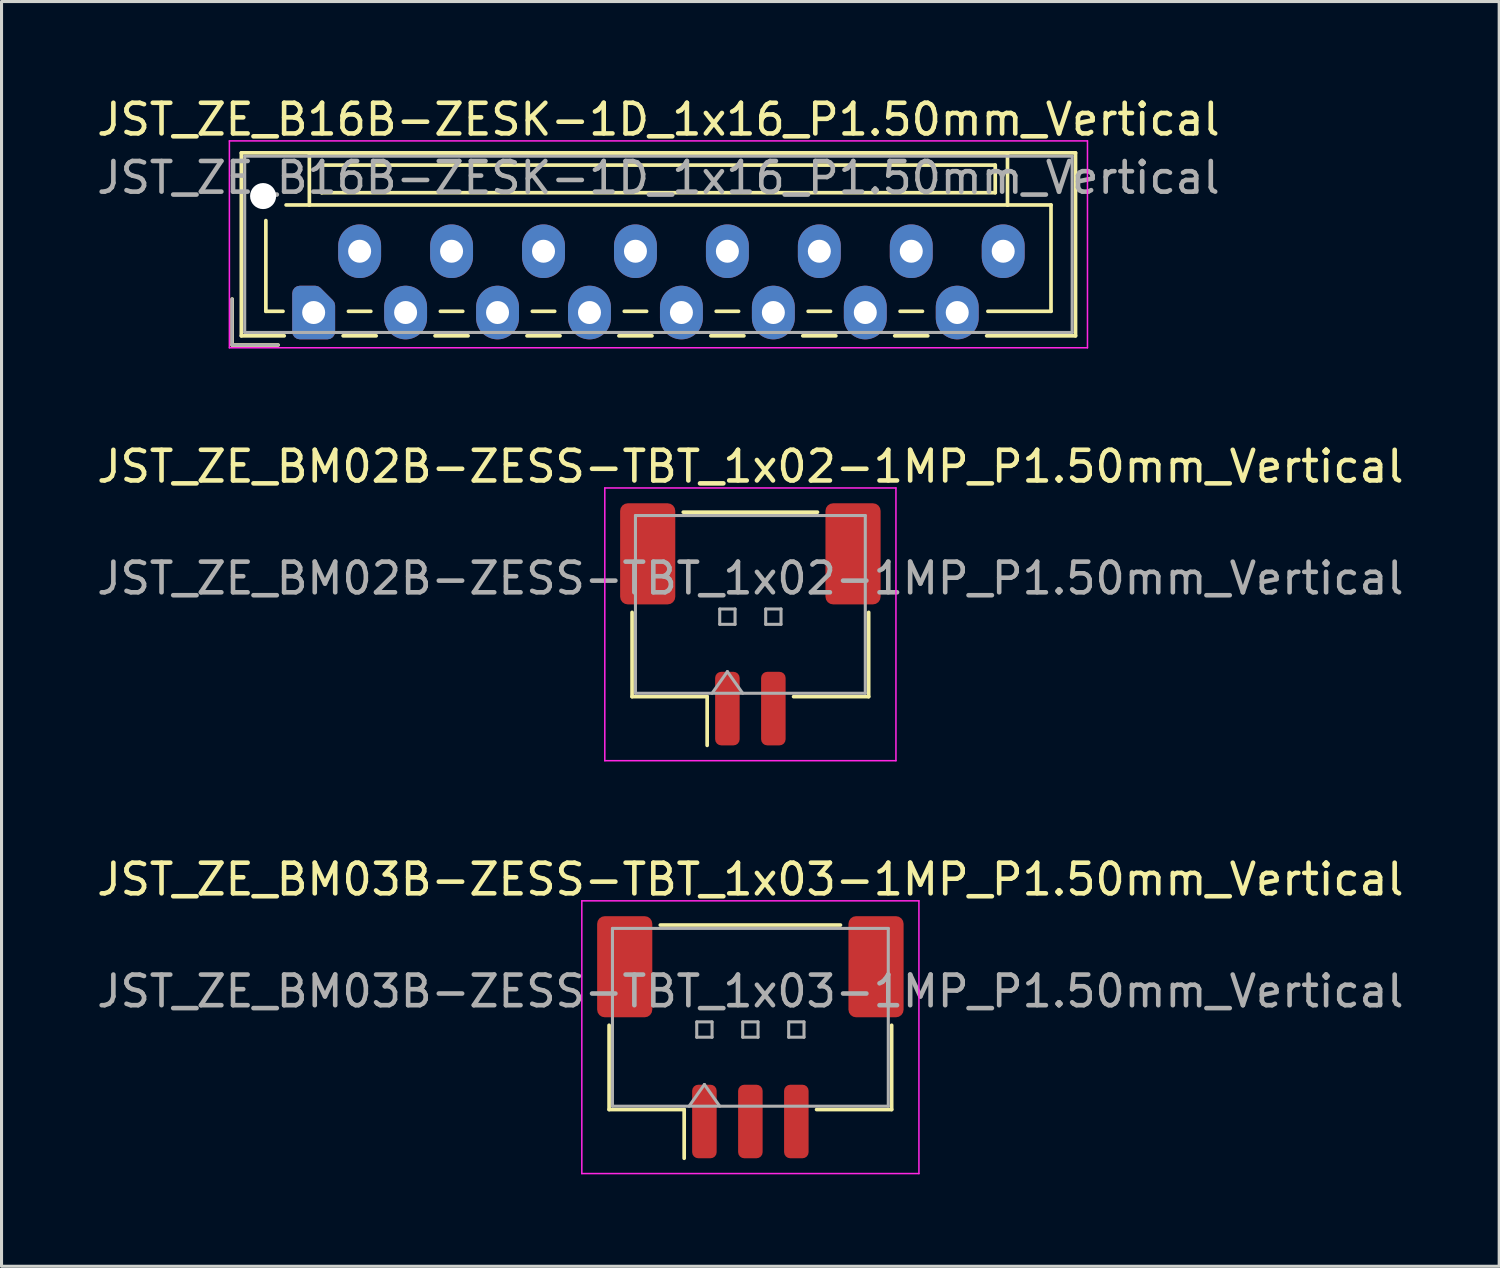
<source format=kicad_pcb>
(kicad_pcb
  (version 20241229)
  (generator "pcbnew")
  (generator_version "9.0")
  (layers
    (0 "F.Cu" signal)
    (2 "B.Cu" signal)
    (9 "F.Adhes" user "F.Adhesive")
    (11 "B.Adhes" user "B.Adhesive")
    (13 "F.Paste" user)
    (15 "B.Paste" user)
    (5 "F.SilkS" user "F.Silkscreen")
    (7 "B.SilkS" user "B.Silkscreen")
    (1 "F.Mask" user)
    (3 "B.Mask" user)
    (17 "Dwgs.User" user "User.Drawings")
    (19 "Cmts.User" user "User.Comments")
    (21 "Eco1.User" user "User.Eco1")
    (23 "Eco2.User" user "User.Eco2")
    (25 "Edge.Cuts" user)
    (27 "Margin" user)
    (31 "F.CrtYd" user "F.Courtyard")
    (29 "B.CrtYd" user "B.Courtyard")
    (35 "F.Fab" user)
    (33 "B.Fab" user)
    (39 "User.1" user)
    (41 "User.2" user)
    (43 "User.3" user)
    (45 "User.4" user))
  (footprint "JST_ZE_BM02B-ZESS-TBT_1x02-1MP_P1.50mm_Vertical"
    (layer "F.Cu")
    (at 21.435 17.322)
    (property "Reference" "JST_ZE_BM02B-ZESS-TBT_1x02-1MP_P1.50mm_Vertical" (at 0 -5.15 0) (layer "F.SilkS") (effects (font (size 1 1) (thickness 0.15))))
    (attr smd)
    (fp_line (start -3.86 -0.39) (end -3.86 2.36) (stroke (width 0.12) (type solid)) (layer "F.SilkS"))
    (fp_line (start -3.86 2.36) (end -1.41 2.36) (stroke (width 0.12) (type solid)) (layer "F.SilkS"))
    (fp_line (start -2.19 -3.66) (end 2.19 -3.66) (stroke (width 0.12) (type solid)) (layer "F.SilkS"))
    (fp_line (start -1.41 2.36) (end -1.41 3.95) (stroke (width 0.12) (type solid)) (layer "F.SilkS"))
    (fp_line (start 3.86 -0.39) (end 3.86 2.36) (stroke (width 0.12) (type solid)) (layer "F.SilkS"))
    (fp_line (start 3.86 2.36) (end 1.41 2.36) (stroke (width 0.12) (type solid)) (layer "F.SilkS"))
    (fp_line (start -4.75 -4.45) (end -4.75 4.45) (stroke (width 0.05) (type solid)) (layer "F.CrtYd"))
    (fp_line (start -4.75 4.45) (end 4.75 4.45) (stroke (width 0.05) (type solid)) (layer "F.CrtYd"))
    (fp_line (start 4.75 -4.45) (end -4.75 -4.45) (stroke (width 0.05) (type solid)) (layer "F.CrtYd"))
    (fp_line (start 4.75 4.45) (end 4.75 -4.45) (stroke (width 0.05) (type solid)) (layer "F.CrtYd"))
    (fp_line (start -3.75 -3.55) (end 3.75 -3.55) (stroke (width 0.1) (type solid)) (layer "F.Fab"))
    (fp_line (start -3.75 2.25) (end -3.75 -3.55) (stroke (width 0.1) (type solid)) (layer "F.Fab"))
    (fp_line (start -3.75 2.25) (end 3.75 2.25) (stroke (width 0.1) (type solid)) (layer "F.Fab"))
    (fp_line (start -1.25 2.25) (end -0.75 1.543) (stroke (width 0.1) (type solid)) (layer "F.Fab"))
    (fp_line (start -1 -0.5) (end -1 0) (stroke (width 0.1) (type solid)) (layer "F.Fab"))
    (fp_line (start -1 0) (end -0.5 0) (stroke (width 0.1) (type solid)) (layer "F.Fab"))
    (fp_line (start -0.75 1.543) (end -0.25 2.25) (stroke (width 0.1) (type solid)) (layer "F.Fab"))
    (fp_line (start -0.5 -0.5) (end -1 -0.5) (stroke (width 0.1) (type solid)) (layer "F.Fab"))
    (fp_line (start -0.5 0) (end -0.5 -0.5) (stroke (width 0.1) (type solid)) (layer "F.Fab"))
    (fp_line (start 0.5 -0.5) (end 0.5 0) (stroke (width 0.1) (type solid)) (layer "F.Fab"))
    (fp_line (start 0.5 0) (end 1 0) (stroke (width 0.1) (type solid)) (layer "F.Fab"))
    (fp_line (start 1 -0.5) (end 0.5 -0.5) (stroke (width 0.1) (type solid)) (layer "F.Fab"))
    (fp_line (start 1 0) (end 1 -0.5) (stroke (width 0.1) (type solid)) (layer "F.Fab"))
    (fp_line (start 3.75 2.25) (end 3.75 -3.55) (stroke (width 0.1) (type solid)) (layer "F.Fab"))
    (fp_text user "${REFERENCE}" (at 0 -1.5 0) (layer "F.Fab") (effects (font (size 1 1) (thickness 0.15))))
    (pad "1" smd roundrect (at -0.75 2.75) (size 0.8 2.4) (layers "F.Cu" "F.Mask" "F.Paste") (roundrect_rratio 0.25))
    (pad "2" smd roundrect (at 0.75 2.75) (size 0.8 2.4) (layers "F.Cu" "F.Mask" "F.Paste") (roundrect_rratio 0.25))
    (pad "MP" smd roundrect (at -3.35 -2.3) (size 1.8 3.3) (layers "F.Cu" "F.Mask" "F.Paste") (roundrect_rratio 0.139))
    (pad "MP" smd roundrect (at 3.35 -2.3) (size 1.8 3.3) (layers "F.Cu" "F.Mask" "F.Paste") (roundrect_rratio 0.139)))
  (footprint "JST_ZE_B16B-ZESK-1D_1x16_P1.50mm_Vertical"
    (layer "F.Cu")
    (at 7.185 7.148)
    (property "Reference" "JST_ZE_B16B-ZESK-1D_1x16_P1.50mm_Vertical" (at 11.25 -6.3 0) (layer "F.SilkS") (effects (font (size 1 1) (thickness 0.15))))
    (attr through_hole)
    (fp_line (start -2.66 -0.44) (end -2.66 1.06) (stroke (width 0.12) (type solid)) (layer "F.SilkS"))
    (fp_line (start -2.66 1.06) (end -1.16 1.06) (stroke (width 0.12) (type solid)) (layer "F.SilkS"))
    (fp_line (start -2.36 -5.21) (end 24.86 -5.21) (stroke (width 0.12) (type solid)) (layer "F.SilkS"))
    (fp_line (start -2.36 0.76) (end -2.36 -5.21) (stroke (width 0.12) (type solid)) (layer "F.SilkS"))
    (fp_line (start -1.56 -3) (end -1.56 -0.04) (stroke (width 0.12) (type solid)) (layer "F.SilkS"))
    (fp_line (start -1.56 -0.04) (end -1 -0.04) (stroke (width 0.12) (type solid)) (layer "F.SilkS"))
    (fp_line (start -0.96 0.76) (end -2.36 0.76) (stroke (width 0.12) (type solid)) (layer "F.SilkS"))
    (fp_line (start -0.14 -5.21) (end -0.14 -3.51) (stroke (width 0.12) (type solid)) (layer "F.SilkS"))
    (fp_line (start -0.14 -3.51) (end -0.9 -3.51) (stroke (width 0.12) (type solid)) (layer "F.SilkS"))
    (fp_line (start -0.14 -3.51) (end 22.64 -3.51) (stroke (width 0.12) (type solid)) (layer "F.SilkS"))
    (fp_line (start 0.26 -4.81) (end 0.26 -3.91) (stroke (width 0.12) (type solid)) (layer "F.SilkS"))
    (fp_line (start 0.26 -3.91) (end 22.24 -3.91) (stroke (width 0.12) (type solid)) (layer "F.SilkS"))
    (fp_line (start 0.96 0.76) (end 2.04 0.76) (stroke (width 0.12) (type solid)) (layer "F.SilkS"))
    (fp_line (start 1.135 -0.04) (end 1.865 -0.04) (stroke (width 0.12) (type solid)) (layer "F.SilkS"))
    (fp_line (start 3.96 0.76) (end 5.04 0.76) (stroke (width 0.12) (type solid)) (layer "F.SilkS"))
    (fp_line (start 4.135 -0.04) (end 4.865 -0.04) (stroke (width 0.12) (type solid)) (layer "F.SilkS"))
    (fp_line (start 6.96 0.76) (end 8.04 0.76) (stroke (width 0.12) (type solid)) (layer "F.SilkS"))
    (fp_line (start 7.135 -0.04) (end 7.865 -0.04) (stroke (width 0.12) (type solid)) (layer "F.SilkS"))
    (fp_line (start 9.96 0.76) (end 11.04 0.76) (stroke (width 0.12) (type solid)) (layer "F.SilkS"))
    (fp_line (start 10.135 -0.04) (end 10.865 -0.04) (stroke (width 0.12) (type solid)) (layer "F.SilkS"))
    (fp_line (start 12.96 0.76) (end 14.04 0.76) (stroke (width 0.12) (type solid)) (layer "F.SilkS"))
    (fp_line (start 13.135 -0.04) (end 13.865 -0.04) (stroke (width 0.12) (type solid)) (layer "F.SilkS"))
    (fp_line (start 15.96 0.76) (end 17.04 0.76) (stroke (width 0.12) (type solid)) (layer "F.SilkS"))
    (fp_line (start 16.135 -0.04) (end 16.865 -0.04) (stroke (width 0.12) (type solid)) (layer "F.SilkS"))
    (fp_line (start 18.96 0.76) (end 20.04 0.76) (stroke (width 0.12) (type solid)) (layer "F.SilkS"))
    (fp_line (start 19.135 -0.04) (end 19.865 -0.04) (stroke (width 0.12) (type solid)) (layer "F.SilkS"))
    (fp_line (start 22.24 -4.81) (end 0.26 -4.81) (stroke (width 0.12) (type solid)) (layer "F.SilkS"))
    (fp_line (start 22.24 -3.91) (end 22.24 -4.81) (stroke (width 0.12) (type solid)) (layer "F.SilkS"))
    (fp_line (start 22.64 -5.21) (end -0.14 -5.21) (stroke (width 0.12) (type solid)) (layer "F.SilkS"))
    (fp_line (start 22.64 -3.51) (end 22.64 -5.21) (stroke (width 0.12) (type solid)) (layer "F.SilkS"))
    (fp_line (start 22.64 -3.51) (end 24.06 -3.51) (stroke (width 0.12) (type solid)) (layer "F.SilkS"))
    (fp_line (start 24.06 -3.51) (end 24.06 -0.04) (stroke (width 0.12) (type solid)) (layer "F.SilkS"))
    (fp_line (start 24.06 -0.04) (end 22 -0.04) (stroke (width 0.12) (type solid)) (layer "F.SilkS"))
    (fp_line (start 24.86 -5.21) (end 24.86 0.76) (stroke (width 0.12) (type solid)) (layer "F.SilkS"))
    (fp_line (start 24.86 0.76) (end 21.96 0.76) (stroke (width 0.12) (type solid)) (layer "F.SilkS"))
    (fp_line (start -2.75 -5.6) (end -2.75 1.15) (stroke (width 0.05) (type solid)) (layer "F.CrtYd"))
    (fp_line (start -2.75 1.15) (end 25.25 1.15) (stroke (width 0.05) (type solid)) (layer "F.CrtYd"))
    (fp_line (start 25.25 -5.6) (end -2.75 -5.6) (stroke (width 0.05) (type solid)) (layer "F.CrtYd"))
    (fp_line (start 25.25 1.15) (end 25.25 -5.6) (stroke (width 0.05) (type solid)) (layer "F.CrtYd"))
    (fp_line (start -2.66 -0.44) (end -2.66 1.06) (stroke (width 0.1) (type solid)) (layer "F.Fab"))
    (fp_line (start -2.66 1.06) (end -1.16 1.06) (stroke (width 0.1) (type solid)) (layer "F.Fab"))
    (fp_line (start -2.25 -5.1) (end -2.25 0.65) (stroke (width 0.1) (type solid)) (layer "F.Fab"))
    (fp_line (start -2.25 0.65) (end 24.75 0.65) (stroke (width 0.1) (type solid)) (layer "F.Fab"))
    (fp_line (start 24.75 -5.1) (end -2.25 -5.1) (stroke (width 0.1) (type solid)) (layer "F.Fab"))
    (fp_line (start 24.75 0.65) (end 24.75 -5.1) (stroke (width 0.1) (type solid)) (layer "F.Fab"))
    (fp_text user "${REFERENCE}" (at 11.25 -4.4 0) (layer "F.Fab") (effects (font (size 1 1) (thickness 0.15))))
    (pad "" np_thru_hole circle (at -1.65 -3.8) (size 0.85 0.85) (drill 0.85) (layers "*.Cu" "*.Mask"))
    (pad "1" thru_hole custom (at 0 0) (size 1.117 1.117) (drill 0.75) (layers "*.Cu" "*.Mask") (options (anchor circle)) (primitives (gr_poly (pts (xy -0.45 -0.625) (xy 0.05 -0.625) (xy 0.45 -0.225) (xy 0.45 0.625) (xy -0.45 0.625)) (width 0.5) (fill yes))))
    (pad "2" thru_hole oval (at 1.5 -2) (size 1.4 1.75) (drill 0.75) (layers "*.Cu" "*.Mask"))
    (pad "3" thru_hole oval (at 3 0) (size 1.4 1.75) (drill 0.75) (layers "*.Cu" "*.Mask"))
    (pad "4" thru_hole oval (at 4.5 -2) (size 1.4 1.75) (drill 0.75) (layers "*.Cu" "*.Mask"))
    (pad "5" thru_hole oval (at 6 0) (size 1.4 1.75) (drill 0.75) (layers "*.Cu" "*.Mask"))
    (pad "6" thru_hole oval (at 7.5 -2) (size 1.4 1.75) (drill 0.75) (layers "*.Cu" "*.Mask"))
    (pad "7" thru_hole oval (at 9 0) (size 1.4 1.75) (drill 0.75) (layers "*.Cu" "*.Mask"))
    (pad "8" thru_hole oval (at 10.5 -2) (size 1.4 1.75) (drill 0.75) (layers "*.Cu" "*.Mask"))
    (pad "9" thru_hole oval (at 12 0) (size 1.4 1.75) (drill 0.75) (layers "*.Cu" "*.Mask"))
    (pad "10" thru_hole oval (at 13.5 -2) (size 1.4 1.75) (drill 0.75) (layers "*.Cu" "*.Mask"))
    (pad "11" thru_hole oval (at 15 0) (size 1.4 1.75) (drill 0.75) (layers "*.Cu" "*.Mask"))
    (pad "12" thru_hole oval (at 16.5 -2) (size 1.4 1.75) (drill 0.75) (layers "*.Cu" "*.Mask"))
    (pad "13" thru_hole oval (at 18 0) (size 1.4 1.75) (drill 0.75) (layers "*.Cu" "*.Mask"))
    (pad "14" thru_hole oval (at 19.5 -2) (size 1.4 1.75) (drill 0.75) (layers "*.Cu" "*.Mask"))
    (pad "15" thru_hole oval (at 21 0) (size 1.4 1.75) (drill 0.75) (layers "*.Cu" "*.Mask"))
    (pad "16" thru_hole oval (at 22.5 -2) (size 1.4 1.75) (drill 0.75) (layers "*.Cu" "*.Mask")))
  (footprint "JST_ZE_BM03B-ZESS-TBT_1x03-1MP_P1.50mm_Vertical"
    (layer "F.Cu")
    (at 21.435 30.795)
    (property "Reference" "JST_ZE_BM03B-ZESS-TBT_1x03-1MP_P1.50mm_Vertical" (at 0 -5.15 0) (layer "F.SilkS") (effects (font (size 1 1) (thickness 0.15))))
    (attr smd)
    (fp_line (start -4.61 -0.39) (end -4.61 2.36) (stroke (width 0.12) (type solid)) (layer "F.SilkS"))
    (fp_line (start -4.61 2.36) (end -2.16 2.36) (stroke (width 0.12) (type solid)) (layer "F.SilkS"))
    (fp_line (start -2.94 -3.66) (end 2.94 -3.66) (stroke (width 0.12) (type solid)) (layer "F.SilkS"))
    (fp_line (start -2.16 2.36) (end -2.16 3.95) (stroke (width 0.12) (type solid)) (layer "F.SilkS"))
    (fp_line (start 4.61 -0.39) (end 4.61 2.36) (stroke (width 0.12) (type solid)) (layer "F.SilkS"))
    (fp_line (start 4.61 2.36) (end 2.16 2.36) (stroke (width 0.12) (type solid)) (layer "F.SilkS"))
    (fp_line (start -5.5 -4.45) (end -5.5 4.45) (stroke (width 0.05) (type solid)) (layer "F.CrtYd"))
    (fp_line (start -5.5 4.45) (end 5.5 4.45) (stroke (width 0.05) (type solid)) (layer "F.CrtYd"))
    (fp_line (start 5.5 -4.45) (end -5.5 -4.45) (stroke (width 0.05) (type solid)) (layer "F.CrtYd"))
    (fp_line (start 5.5 4.45) (end 5.5 -4.45) (stroke (width 0.05) (type solid)) (layer "F.CrtYd"))
    (fp_line (start -4.5 -3.55) (end 4.5 -3.55) (stroke (width 0.1) (type solid)) (layer "F.Fab"))
    (fp_line (start -4.5 2.25) (end -4.5 -3.55) (stroke (width 0.1) (type solid)) (layer "F.Fab"))
    (fp_line (start -4.5 2.25) (end 4.5 2.25) (stroke (width 0.1) (type solid)) (layer "F.Fab"))
    (fp_line (start -2 2.25) (end -1.5 1.543) (stroke (width 0.1) (type solid)) (layer "F.Fab"))
    (fp_line (start -1.75 -0.5) (end -1.75 0) (stroke (width 0.1) (type solid)) (layer "F.Fab"))
    (fp_line (start -1.75 0) (end -1.25 0) (stroke (width 0.1) (type solid)) (layer "F.Fab"))
    (fp_line (start -1.5 1.543) (end -1 2.25) (stroke (width 0.1) (type solid)) (layer "F.Fab"))
    (fp_line (start -1.25 -0.5) (end -1.75 -0.5) (stroke (width 0.1) (type solid)) (layer "F.Fab"))
    (fp_line (start -1.25 0) (end -1.25 -0.5) (stroke (width 0.1) (type solid)) (layer "F.Fab"))
    (fp_line (start -0.25 -0.5) (end -0.25 0) (stroke (width 0.1) (type solid)) (layer "F.Fab"))
    (fp_line (start -0.25 0) (end 0.25 0) (stroke (width 0.1) (type solid)) (layer "F.Fab"))
    (fp_line (start 0.25 -0.5) (end -0.25 -0.5) (stroke (width 0.1) (type solid)) (layer "F.Fab"))
    (fp_line (start 0.25 0) (end 0.25 -0.5) (stroke (width 0.1) (type solid)) (layer "F.Fab"))
    (fp_line (start 1.25 -0.5) (end 1.25 0) (stroke (width 0.1) (type solid)) (layer "F.Fab"))
    (fp_line (start 1.25 0) (end 1.75 0) (stroke (width 0.1) (type solid)) (layer "F.Fab"))
    (fp_line (start 1.75 -0.5) (end 1.25 -0.5) (stroke (width 0.1) (type solid)) (layer "F.Fab"))
    (fp_line (start 1.75 0) (end 1.75 -0.5) (stroke (width 0.1) (type solid)) (layer "F.Fab"))
    (fp_line (start 4.5 2.25) (end 4.5 -3.55) (stroke (width 0.1) (type solid)) (layer "F.Fab"))
    (fp_text user "${REFERENCE}" (at 0 -1.5 0) (layer "F.Fab") (effects (font (size 1 1) (thickness 0.15))))
    (pad "1" smd roundrect (at -1.5 2.75) (size 0.8 2.4) (layers "F.Cu" "F.Mask" "F.Paste") (roundrect_rratio 0.25))
    (pad "2" smd roundrect (at 0 2.75) (size 0.8 2.4) (layers "F.Cu" "F.Mask" "F.Paste") (roundrect_rratio 0.25))
    (pad "3" smd roundrect (at 1.5 2.75) (size 0.8 2.4) (layers "F.Cu" "F.Mask" "F.Paste") (roundrect_rratio 0.25))
    (pad "MP" smd roundrect (at -4.1 -2.3) (size 1.8 3.3) (layers "F.Cu" "F.Mask" "F.Paste") (roundrect_rratio 0.139))
    (pad "MP" smd roundrect (at 4.1 -2.3) (size 1.8 3.3) (layers "F.Cu" "F.Mask" "F.Paste") (roundrect_rratio 0.139)))
  (gr_rect
    (start -3 -3)
    (end 45.869 38.27)
    (stroke (width 0.1) (type default))
    (fill no)
    (layer "Edge.Cuts")))
</source>
